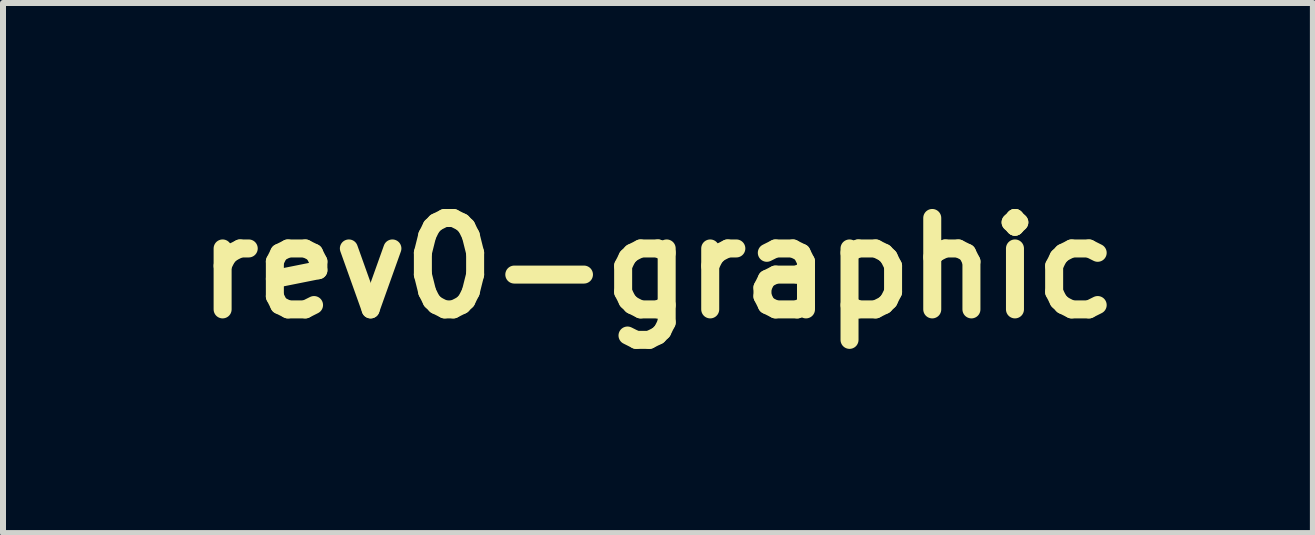
<source format=kicad_pcb>
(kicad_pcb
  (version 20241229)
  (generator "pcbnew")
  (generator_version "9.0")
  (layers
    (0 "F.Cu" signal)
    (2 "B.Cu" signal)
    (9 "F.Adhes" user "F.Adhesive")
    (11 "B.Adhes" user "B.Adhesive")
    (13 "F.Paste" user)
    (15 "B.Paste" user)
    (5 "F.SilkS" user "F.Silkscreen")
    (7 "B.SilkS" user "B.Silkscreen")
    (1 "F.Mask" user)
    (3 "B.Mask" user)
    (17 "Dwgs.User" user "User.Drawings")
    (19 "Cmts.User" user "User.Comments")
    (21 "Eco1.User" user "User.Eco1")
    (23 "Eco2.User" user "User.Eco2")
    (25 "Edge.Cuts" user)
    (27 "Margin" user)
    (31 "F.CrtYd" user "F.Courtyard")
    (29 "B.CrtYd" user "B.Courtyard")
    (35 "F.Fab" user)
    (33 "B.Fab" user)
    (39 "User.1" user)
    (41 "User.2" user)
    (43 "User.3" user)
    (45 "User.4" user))
  (footprint "rev0-graphic"
    (layer "F.Cu")
    (at 7.918 1.418)
    (property "Reference" "rev0-graphic" (at 0 0 0) (layer "F.SilkS") (effects (font (size 1.524 1.524) (thickness 0.3))))
    (attr through_hole)
    (fp_poly (pts (xy 1.727 0.586) (xy 1.804 0.604) (xy 1.87 0.636) (xy 1.932 0.685) (xy 1.938 0.692) (xy 1.976 0.732) (xy 1.998 0.766) (xy 2.013 0.803) (xy 2.019 0.83) (xy 2.026 0.915) (xy 2.012 0.998) (xy 1.979 1.074) (xy 1.93 1.135) (xy 1.905 1.156) (xy 1.833 1.194) (xy 1.747 1.219) (xy 1.654 1.229) (xy 1.562 1.225) (xy 1.489 1.208) (xy 1.405 1.168) (xy 1.339 1.114) (xy 1.29 1.049) (xy 1.261 0.977) (xy 1.25 0.901) (xy 1.259 0.825) (xy 1.289 0.752) (xy 1.341 0.685) (xy 1.376 0.655) (xy 1.444 0.615) (xy 1.526 0.591) (xy 1.623 0.582) (xy 1.633 0.581) (xy 1.727 0.586)) (stroke (width 0.01) (type solid)) (fill yes) (layer "F.Mask"))
    (fp_poly (pts (xy -2.835 -0.207) (xy -2.832 0.101) (xy -2.886 0.081) (xy -2.93 0.069) (xy -2.989 0.062) (xy -3.042 0.059) (xy -3.141 0.067) (xy -3.223 0.093) (xy -3.289 0.138) (xy -3.338 0.202) (xy -3.372 0.284) (xy -3.377 0.307) (xy -3.382 0.338) (xy -3.385 0.379) (xy -3.388 0.434) (xy -3.389 0.504) (xy -3.39 0.593) (xy -3.391 0.703) (xy -3.391 0.771) (xy -3.391 1.194) (xy -4.102 1.194) (xy -4.102 -0.495) (xy -3.391 -0.495) (xy -3.39 -0.197) (xy -3.352 -0.267) (xy -3.291 -0.356) (xy -3.217 -0.429) (xy -3.137 -0.48) (xy -3.098 -0.497) (xy -3.062 -0.508) (xy -3.02 -0.513) (xy -2.963 -0.514) (xy -2.953 -0.514) (xy -2.838 -0.514) (xy -2.835 -0.207)) (stroke (width 0.01) (type solid)) (fill yes) (layer "F.Mask"))
    (fp_poly (pts (xy -1.746 -0.529) (xy -1.601 -0.515) (xy -1.475 -0.486) (xy -1.363 -0.441) (xy -1.264 -0.378) (xy -1.188 -0.311) (xy -1.122 -0.233) (xy -1.069 -0.146) (xy -1.028 -0.048) (xy -0.999 0.065) (xy -0.979 0.196) (xy -0.969 0.339) (xy -0.961 0.546) (xy -2.016 0.546) (xy -2.01 0.577) (xy -1.992 0.617) (xy -1.958 0.661) (xy -1.912 0.701) (xy -1.863 0.732) (xy -1.856 0.735) (xy -1.77 0.761) (xy -1.669 0.776) (xy -1.558 0.779) (xy -1.443 0.771) (xy -1.331 0.752) (xy -1.228 0.722) (xy -1.197 0.709) (xy -1.142 0.686) (xy -1.146 0.91) (xy -1.149 1.134) (xy -1.2 1.152) (xy -1.279 1.175) (xy -1.377 1.194) (xy -1.488 1.21) (xy -1.604 1.221) (xy -1.72 1.228) (xy -1.83 1.229) (xy -1.926 1.224) (xy -1.975 1.219) (xy -2.126 1.184) (xy -2.262 1.13) (xy -2.38 1.058) (xy -2.48 0.969) (xy -2.562 0.863) (xy -2.624 0.742) (xy -2.666 0.606) (xy -2.687 0.456) (xy -2.689 0.438) (xy -2.686 0.273) (xy -2.665 0.137) (xy -2.019 0.137) (xy -2.018 0.156) (xy -2.005 0.168) (xy -1.978 0.174) (xy -1.935 0.177) (xy -1.871 0.178) (xy -1.802 0.178) (xy -1.584 0.178) (xy -1.593 0.113) (xy -1.611 0.027) (xy -1.641 -0.037) (xy -1.684 -0.081) (xy -1.742 -0.105) (xy -1.778 -0.111) (xy -1.845 -0.106) (xy -1.905 -0.078) (xy -1.954 -0.028) (xy -1.991 0.042) (xy -2.001 0.071) (xy -2.013 0.109) (xy -2.019 0.137) (xy -2.665 0.137) (xy -2.662 0.121) (xy -2.617 -0.019) (xy -2.552 -0.145) (xy -2.467 -0.256) (xy -2.363 -0.351) (xy -2.24 -0.43) (xy -2.175 -0.462) (xy -2.087 -0.495) (xy -2 -0.517) (xy -1.905 -0.528) (xy -1.795 -0.531) (xy -1.746 -0.529)) (stroke (width 0.01) (type solid)) (fill yes) (layer "F.Mask"))
    (fp_poly (pts (xy 0.823 -0.495) (xy 0.907 -0.495) (xy 0.98 -0.494) (xy 1.036 -0.493) (xy 1.075 -0.492) (xy 1.092 -0.491) (xy 1.092 -0.491) (xy 1.088 -0.479) (xy 1.077 -0.445) (xy 1.058 -0.391) (xy 1.034 -0.321) (xy 1.005 -0.237) (xy 0.972 -0.141) (xy 0.935 -0.035) (xy 0.895 0.079) (xy 0.854 0.197) (xy 0.813 0.317) (xy 0.771 0.437) (xy 0.73 0.555) (xy 0.69 0.669) (xy 0.653 0.775) (xy 0.619 0.871) (xy 0.59 0.956) (xy 0.565 1.026) (xy 0.547 1.079) (xy 0.534 1.113) (xy 0.532 1.121) (xy 0.505 1.194) (xy -0.328 1.194) (xy -0.604 0.365) (xy -0.651 0.226) (xy -0.695 0.093) (xy -0.736 -0.03) (xy -0.773 -0.143) (xy -0.807 -0.243) (xy -0.835 -0.328) (xy -0.858 -0.396) (xy -0.874 -0.445) (xy -0.884 -0.473) (xy -0.886 -0.48) (xy -0.883 -0.484) (xy -0.869 -0.488) (xy -0.84 -0.491) (xy -0.796 -0.492) (xy -0.734 -0.493) (xy -0.651 -0.493) (xy -0.545 -0.492) (xy -0.526 -0.492) (xy -0.16 -0.489) (xy -0.049 0.006) (xy -0.023 0.121) (xy 0.001 0.232) (xy 0.024 0.338) (xy 0.044 0.433) (xy 0.061 0.515) (xy 0.074 0.58) (xy 0.082 0.624) (xy 0.083 0.628) (xy 0.092 0.682) (xy 0.099 0.725) (xy 0.105 0.752) (xy 0.107 0.759) (xy 0.112 0.751) (xy 0.118 0.725) (xy 0.12 0.715) (xy 0.124 0.693) (xy 0.133 0.65) (xy 0.145 0.588) (xy 0.161 0.511) (xy 0.179 0.421) (xy 0.199 0.323) (xy 0.221 0.219) (xy 0.243 0.111) (xy 0.265 0.005) (xy 0.286 -0.099) (xy 0.306 -0.195) (xy 0.324 -0.282) (xy 0.339 -0.356) (xy 0.351 -0.414) (xy 0.359 -0.452) (xy 0.362 -0.467) (xy 0.369 -0.495) (xy 0.73 -0.495) (xy 0.823 -0.495)) (stroke (width 0.01) (type solid)) (fill yes) (layer "F.Mask"))
    (fp_poly (pts (xy 3.377 -1.202) (xy 3.497 -1.18) (xy 3.603 -1.143) (xy 3.699 -1.088) (xy 3.788 -1.015) (xy 3.805 -0.998) (xy 3.89 -0.896) (xy 3.961 -0.773) (xy 4.018 -0.63) (xy 4.06 -0.469) (xy 4.087 -0.29) (xy 4.099 -0.094) (xy 4.097 0.07) (xy 4.088 0.231) (xy 4.072 0.372) (xy 4.048 0.497) (xy 4.015 0.613) (xy 3.973 0.722) (xy 3.944 0.784) (xy 3.869 0.908) (xy 3.78 1.012) (xy 3.676 1.096) (xy 3.555 1.161) (xy 3.493 1.185) (xy 3.441 1.202) (xy 3.395 1.213) (xy 3.347 1.22) (xy 3.288 1.224) (xy 3.226 1.227) (xy 3.158 1.227) (xy 3.093 1.226) (xy 3.038 1.223) (xy 3.004 1.219) (xy 2.86 1.182) (xy 2.733 1.126) (xy 2.622 1.05) (xy 2.527 0.955) (xy 2.449 0.84) (xy 2.387 0.706) (xy 2.371 0.659) (xy 2.343 0.565) (xy 2.322 0.47) (xy 2.308 0.369) (xy 2.298 0.257) (xy 2.294 0.127) (xy 2.293 0.077) (xy 2.987 0.077) (xy 2.988 0.179) (xy 2.991 0.272) (xy 2.996 0.352) (xy 3.002 0.404) (xy 3.024 0.515) (xy 3.053 0.603) (xy 3.088 0.667) (xy 3.13 0.707) (xy 3.178 0.722) (xy 3.231 0.714) (xy 3.253 0.704) (xy 3.288 0.673) (xy 3.321 0.62) (xy 3.35 0.548) (xy 3.374 0.461) (xy 3.386 0.4) (xy 3.395 0.326) (xy 3.402 0.233) (xy 3.406 0.128) (xy 3.408 0.016) (xy 3.407 -0.098) (xy 3.404 -0.206) (xy 3.399 -0.304) (xy 3.391 -0.385) (xy 3.386 -0.419) (xy 3.363 -0.522) (xy 3.332 -0.602) (xy 3.295 -0.658) (xy 3.251 -0.691) (xy 3.198 -0.702) (xy 3.193 -0.702) (xy 3.143 -0.689) (xy 3.099 -0.653) (xy 3.062 -0.592) (xy 3.03 -0.508) (xy 3.016 -0.451) (xy 3.007 -0.398) (xy 3 -0.324) (xy 2.994 -0.235) (xy 2.99 -0.135) (xy 2.987 -0.029) (xy 2.987 0.077) (xy 2.293 0.077) (xy 2.293 0.057) (xy 2.298 -0.136) (xy 2.313 -0.309) (xy 2.339 -0.462) (xy 2.377 -0.6) (xy 2.427 -0.723) (xy 2.49 -0.834) (xy 2.53 -0.892) (xy 2.623 -0.995) (xy 2.727 -1.077) (xy 2.844 -1.139) (xy 2.975 -1.181) (xy 3.122 -1.204) (xy 3.239 -1.209) (xy 3.377 -1.202)) (stroke (width 0.01) (type solid)) (fill yes) (layer "F.Mask")))
  (gr_rect
    (start -3 -3)
    (end 18.835 5.836)
    (stroke (width 0.1) (type default))
    (fill no)
    (layer "Edge.Cuts")))
</source>
